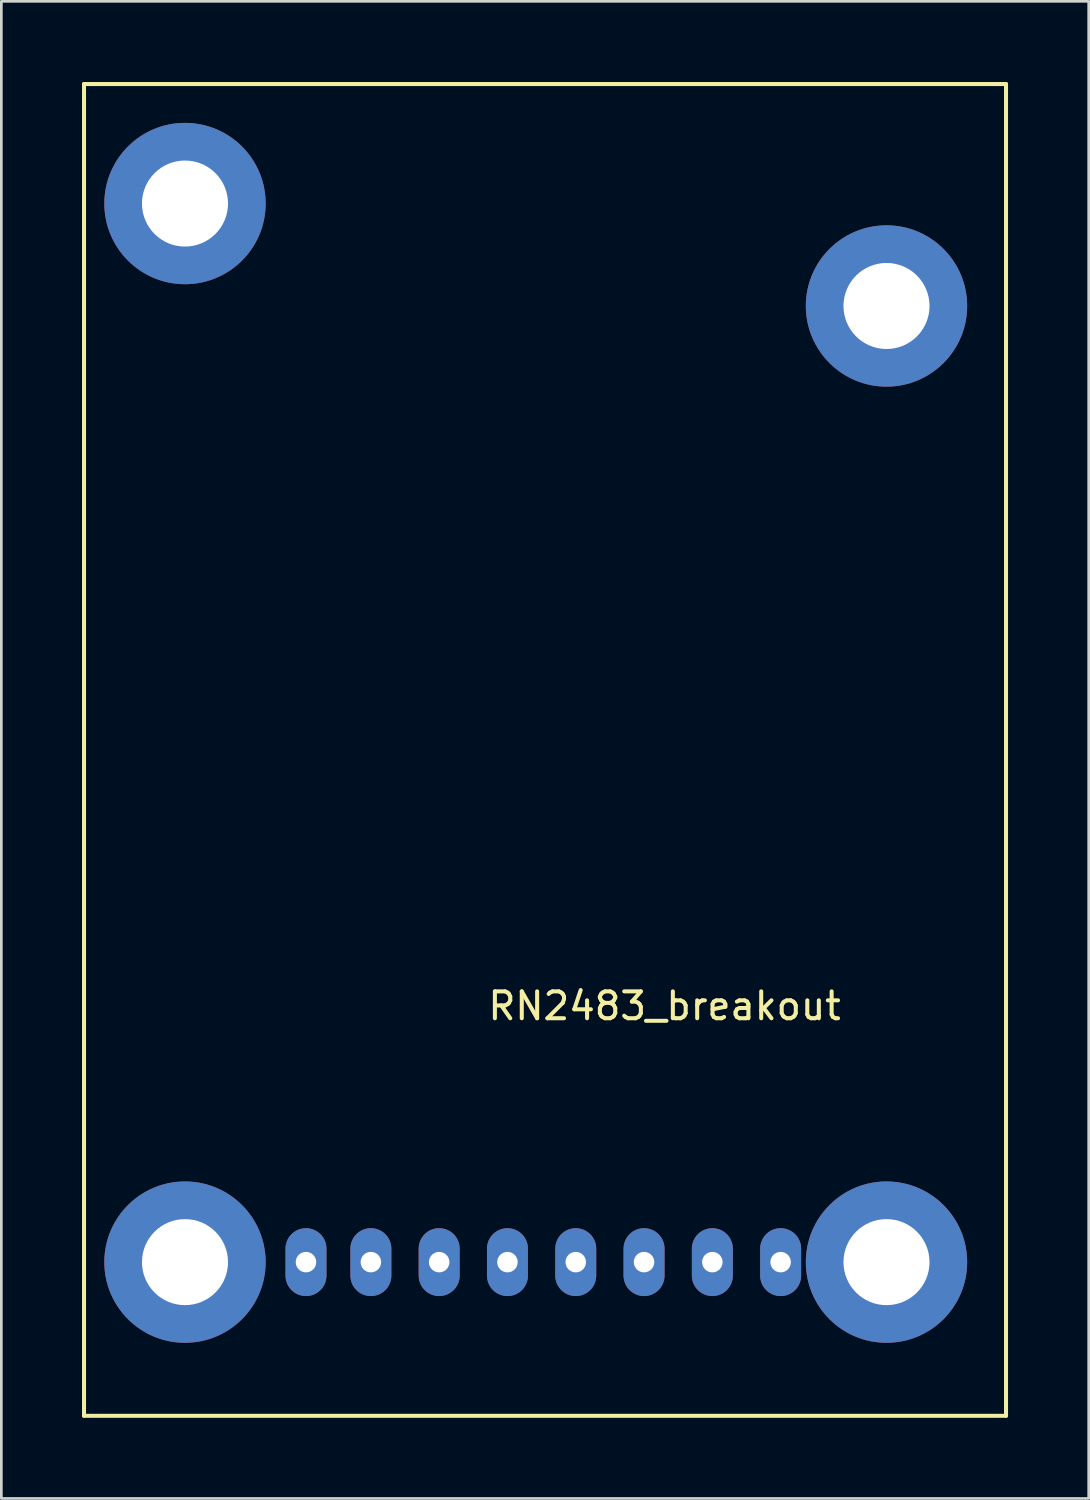
<source format=kicad_pcb>
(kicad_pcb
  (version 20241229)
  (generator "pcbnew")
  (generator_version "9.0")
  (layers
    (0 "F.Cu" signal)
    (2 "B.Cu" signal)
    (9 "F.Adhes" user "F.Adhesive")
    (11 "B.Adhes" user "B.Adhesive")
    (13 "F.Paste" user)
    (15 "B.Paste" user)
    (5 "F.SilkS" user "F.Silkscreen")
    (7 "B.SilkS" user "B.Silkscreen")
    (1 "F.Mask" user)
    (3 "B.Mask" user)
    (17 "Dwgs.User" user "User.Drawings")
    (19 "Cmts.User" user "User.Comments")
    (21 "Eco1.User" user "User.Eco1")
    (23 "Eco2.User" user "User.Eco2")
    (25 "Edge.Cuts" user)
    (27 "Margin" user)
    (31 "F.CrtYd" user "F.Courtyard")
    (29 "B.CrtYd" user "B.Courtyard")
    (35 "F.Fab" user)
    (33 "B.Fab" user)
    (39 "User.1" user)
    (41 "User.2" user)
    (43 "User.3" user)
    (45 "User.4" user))
  (footprint "RN2483_breakout"
    (layer "F.Cu")
    (at 8.33 43.89)
    (property "Reference" "RN2483_breakout" (at 13.335 -9.525 0) (layer "F.SilkS") (effects (font (size 1 1) (thickness 0.15))))
    (attr through_hole)
    (fp_line (start -8.255 -43.815) (end -8.255 5.715) (stroke (width 0.15) (type solid)) (layer "F.SilkS"))
    (fp_line (start -8.255 5.715) (end 26.035 5.715) (stroke (width 0.15) (type solid)) (layer "F.SilkS"))
    (fp_line (start 26.035 -43.815) (end -8.255 -43.815) (stroke (width 0.15) (type solid)) (layer "F.SilkS"))
    (fp_line (start 26.035 5.715) (end 26.035 -43.815) (stroke (width 0.15) (type solid)) (layer "F.SilkS"))
    (pad "" np_thru_hole circle (at -4.5 -39.37) (size 6 6) (drill 3.2) (layers "*.Cu" "*.Mask"))
    (pad "" np_thru_hole circle (at -4.5 0) (size 6 6) (drill 3.2) (layers "*.Cu" "*.Mask"))
    (pad "" np_thru_hole circle (at 21.59 -35.56) (size 6 6) (drill 3.2) (layers "*.Cu" "*.Mask"))
    (pad "" np_thru_hole circle (at 21.59 0) (size 6 6) (drill 3.2) (layers "*.Cu" "*.Mask"))
    (pad "1" thru_hole oval (at 0 0) (size 1.524 2.524) (drill 0.762) (layers "*.Cu" "*.Mask"))
    (pad "2" thru_hole oval (at 2.413 0) (size 1.524 2.524) (drill 0.762) (layers "*.Cu" "*.Mask"))
    (pad "3" thru_hole oval (at 4.953 0) (size 1.524 2.524) (drill 0.762) (layers "*.Cu" "*.Mask"))
    (pad "4" thru_hole oval (at 7.493 0) (size 1.524 2.524) (drill 0.762) (layers "*.Cu" "*.Mask"))
    (pad "5" thru_hole oval (at 10.033 0) (size 1.524 2.524) (drill 0.762) (layers "*.Cu" "*.Mask"))
    (pad "6" thru_hole oval (at 12.573 0) (size 1.524 2.524) (drill 0.762) (layers "*.Cu" "*.Mask"))
    (pad "7" thru_hole oval (at 15.113 0) (size 1.524 2.524) (drill 0.762) (layers "*.Cu" "*.Mask"))
    (pad "8" thru_hole oval (at 17.653 0) (size 1.524 2.524) (drill 0.762) (layers "*.Cu" "*.Mask")))
  (gr_rect
    (start -3 -3)
    (end 37.44 52.68)
    (stroke (width 0.1) (type default))
    (fill no)
    (layer "Edge.Cuts")))
</source>
